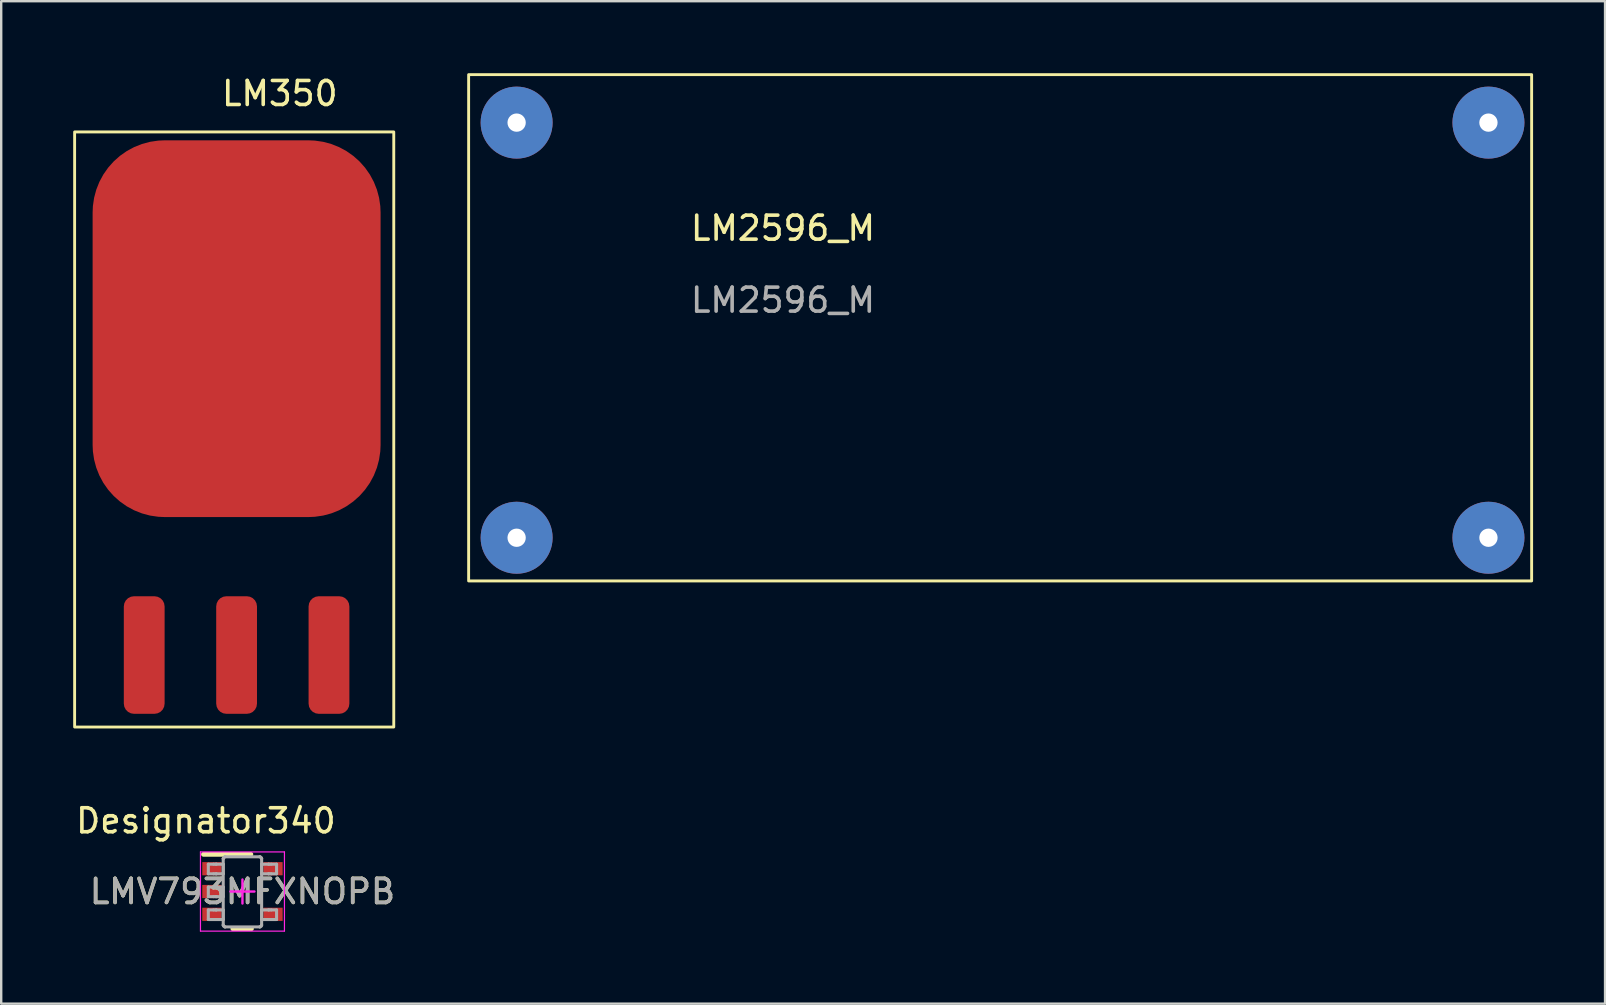
<source format=kicad_pcb>
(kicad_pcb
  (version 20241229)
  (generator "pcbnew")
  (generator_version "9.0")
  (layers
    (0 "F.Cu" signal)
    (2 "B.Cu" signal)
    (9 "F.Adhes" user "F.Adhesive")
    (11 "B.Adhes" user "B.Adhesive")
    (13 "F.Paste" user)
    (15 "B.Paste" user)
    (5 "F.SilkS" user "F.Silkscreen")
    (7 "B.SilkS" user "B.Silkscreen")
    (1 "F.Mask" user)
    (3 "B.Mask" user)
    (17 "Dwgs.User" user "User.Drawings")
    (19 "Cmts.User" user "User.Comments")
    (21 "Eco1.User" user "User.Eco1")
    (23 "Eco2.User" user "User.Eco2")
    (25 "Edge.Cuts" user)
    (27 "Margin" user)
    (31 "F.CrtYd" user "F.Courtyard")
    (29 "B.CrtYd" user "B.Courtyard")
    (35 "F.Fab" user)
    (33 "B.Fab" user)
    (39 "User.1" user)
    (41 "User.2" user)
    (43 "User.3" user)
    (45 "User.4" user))
  (footprint "LM350"
    (layer "F.Cu")
    (at 6.81 10.648)
    (property "Reference" "LM350" (at 1.8 -9.8 0) (unlocked yes) (layer "F.SilkS") (effects (font (size 1 1) (thickness 0.15))))
    (attr smd)
    (fp_rect (start -6.75 -8.2) (end 6.55 16.6) (stroke (width 0.12) (type solid)) (fill no) (layer "F.SilkS"))
    (pad "1" smd roundrect (at -3.85 13.6) (size 1.7 4.9) (layers "F.Cu" "F.Mask" "F.Paste") (roundrect_rratio 0.25))
    (pad "2" smd roundrect (at 0 0) (size 12 15.7) (layers "F.Cu" "F.Mask" "F.Paste") (roundrect_rratio 0.25))
    (pad "2" smd roundrect (at 0 13.6) (size 1.7 4.9) (layers "F.Cu" "F.Mask" "F.Paste") (roundrect_rratio 0.25))
    (pad "3" smd roundrect (at 3.85 13.6) (size 1.7 4.9) (layers "F.Cu" "F.Mask" "F.Paste") (roundrect_rratio 0.25)))
  (footprint "LMV793MFXNOPB"
    (layer "F.Cu")
    (at 7.054 34.103)
    (property "Reference" "LMV793MFXNOPB" (at 0 0 0) (unlocked yes) (layer "F.SilkS") (effects (font (size 1 1) (thickness 0.15))))
    (attr smd)
    (fp_line (start -1.625 -1.55) (end 0.35 -1.55) (stroke (width 0.2) (type solid)) (layer "F.SilkS"))
    (fp_line (start -0.4 1.55) (end 0.375 1.55) (stroke (width 0.2) (type solid)) (layer "F.SilkS"))
    (fp_line (start -1.75 -1.65) (end 1.75 -1.65) (stroke (width 0.05) (type solid)) (layer "F.CrtYd"))
    (fp_line (start -1.75 1.65) (end -1.75 -1.65) (stroke (width 0.05) (type solid)) (layer "F.CrtYd"))
    (fp_line (start -1.75 1.65) (end 1.75 1.65) (stroke (width 0.05) (type solid)) (layer "F.CrtYd"))
    (fp_line (start -0.5 0) (end 0.5 0) (stroke (width 0.1) (type solid)) (layer "F.CrtYd"))
    (fp_line (start 0 0.5) (end 0 -0.5) (stroke (width 0.1) (type solid)) (layer "F.CrtYd"))
    (fp_line (start 1.75 1.65) (end 1.75 -1.65) (stroke (width 0.05) (type solid)) (layer "F.CrtYd"))
    (fp_line (start -1.423 -1.138) (end -1.199 -1.138) (stroke (width 0.127) (type solid)) (layer "F.Fab"))
    (fp_line (start -1.423 -0.738) (end -1.423 -1.138) (stroke (width 0.127) (type solid)) (layer "F.Fab"))
    (fp_line (start -1.423 -0.738) (end -1.199 -0.738) (stroke (width 0.127) (type solid)) (layer "F.Fab"))
    (fp_line (start -1.423 -0.186) (end -1.199 -0.186) (stroke (width 0.127) (type solid)) (layer "F.Fab"))
    (fp_line (start -1.423 0.215) (end -1.423 -0.186) (stroke (width 0.127) (type solid)) (layer "F.Fab"))
    (fp_line (start -1.423 0.215) (end -1.199 0.215) (stroke (width 0.127) (type solid)) (layer "F.Fab"))
    (fp_line (start -1.423 0.767) (end -1.199 0.767) (stroke (width 0.127) (type solid)) (layer "F.Fab"))
    (fp_line (start -1.423 1.167) (end -1.423 0.767) (stroke (width 0.127) (type solid)) (layer "F.Fab"))
    (fp_line (start -1.423 1.167) (end -1.199 1.167) (stroke (width 0.127) (type solid)) (layer "F.Fab"))
    (fp_line (start -1.199 -1.138) (end -1.105 -1.138) (stroke (width 0.127) (type solid)) (layer "F.Fab"))
    (fp_line (start -1.199 -0.738) (end -1.105 -0.738) (stroke (width 0.127) (type solid)) (layer "F.Fab"))
    (fp_line (start -1.199 -0.186) (end -1.105 -0.186) (stroke (width 0.127) (type solid)) (layer "F.Fab"))
    (fp_line (start -1.199 0.215) (end -1.105 0.215) (stroke (width 0.127) (type solid)) (layer "F.Fab"))
    (fp_line (start -1.199 0.767) (end -1.105 0.767) (stroke (width 0.127) (type solid)) (layer "F.Fab"))
    (fp_line (start -1.199 1.167) (end -1.105 1.167) (stroke (width 0.127) (type solid)) (layer "F.Fab"))
    (fp_line (start -1.105 -1.138) (end -1.088 -1.138) (stroke (width 0.127) (type solid)) (layer "F.Fab"))
    (fp_line (start -1.105 -0.738) (end -1.088 -0.738) (stroke (width 0.127) (type solid)) (layer "F.Fab"))
    (fp_line (start -1.105 -0.186) (end -1.088 -0.186) (stroke (width 0.127) (type solid)) (layer "F.Fab"))
    (fp_line (start -1.105 0.215) (end -1.088 0.215) (stroke (width 0.127) (type solid)) (layer "F.Fab"))
    (fp_line (start -1.105 0.767) (end -1.088 0.767) (stroke (width 0.127) (type solid)) (layer "F.Fab"))
    (fp_line (start -1.105 1.167) (end -1.088 1.167) (stroke (width 0.127) (type solid)) (layer "F.Fab"))
    (fp_line (start -1.088 -1.138) (end -0.835 -1.138) (stroke (width 0.127) (type solid)) (layer "F.Fab"))
    (fp_line (start -1.088 -0.738) (end -0.835 -0.738) (stroke (width 0.127) (type solid)) (layer "F.Fab"))
    (fp_line (start -1.088 -0.186) (end -0.835 -0.186) (stroke (width 0.127) (type solid)) (layer "F.Fab"))
    (fp_line (start -1.088 0.215) (end -0.835 0.215) (stroke (width 0.127) (type solid)) (layer "F.Fab"))
    (fp_line (start -1.088 0.767) (end -0.835 0.767) (stroke (width 0.127) (type solid)) (layer "F.Fab"))
    (fp_line (start -1.088 1.167) (end -0.835 1.167) (stroke (width 0.127) (type solid)) (layer "F.Fab"))
    (fp_line (start -0.835 -1.138) (end -0.801 -1.138) (stroke (width 0.127) (type solid)) (layer "F.Fab"))
    (fp_line (start -0.835 -0.738) (end -0.801 -0.738) (stroke (width 0.127) (type solid)) (layer "F.Fab"))
    (fp_line (start -0.835 -0.186) (end -0.801 -0.186) (stroke (width 0.127) (type solid)) (layer "F.Fab"))
    (fp_line (start -0.835 0.215) (end -0.801 0.215) (stroke (width 0.127) (type solid)) (layer "F.Fab"))
    (fp_line (start -0.835 0.767) (end -0.801 0.767) (stroke (width 0.127) (type solid)) (layer "F.Fab"))
    (fp_line (start -0.835 1.167) (end -0.801 1.167) (stroke (width 0.127) (type solid)) (layer "F.Fab"))
    (fp_line (start -0.801 -1.37) (end -0.801 -1.371) (stroke (width 0.127) (type solid)) (layer "F.Fab"))
    (fp_line (start -0.801 -0.738) (end -0.801 -1.138) (stroke (width 0.127) (type solid)) (layer "F.Fab"))
    (fp_line (start -0.801 0.215) (end -0.801 -0.186) (stroke (width 0.127) (type solid)) (layer "F.Fab"))
    (fp_line (start -0.801 1.167) (end -0.801 0.767) (stroke (width 0.127) (type solid)) (layer "F.Fab"))
    (fp_line (start -0.801 1.399) (end -0.801 -1.37) (stroke (width 0.127) (type solid)) (layer "F.Fab"))
    (fp_line (start -0.801 1.4) (end -0.801 1.399) (stroke (width 0.127) (type solid)) (layer "F.Fab"))
    (fp_line (start -0.725 -1.446) (end -0.725 -1.446) (stroke (width 0.127) (type solid)) (layer "F.Fab"))
    (fp_line (start -0.725 1.475) (end -0.725 1.475) (stroke (width 0.127) (type solid)) (layer "F.Fab"))
    (fp_line (start -0.725 -1.446) (end 0.723 -1.446) (stroke (width 0.127) (type solid)) (layer "F.Fab"))
    (fp_line (start -0.725 1.475) (end 0.723 1.475) (stroke (width 0.127) (type solid)) (layer "F.Fab"))
    (fp_line (start 0.723 -1.446) (end 0.724 -1.446) (stroke (width 0.127) (type solid)) (layer "F.Fab"))
    (fp_line (start 0.723 1.475) (end 0.724 1.475) (stroke (width 0.127) (type solid)) (layer "F.Fab"))
    (fp_line (start 0.799 -1.37) (end 0.799 -1.371) (stroke (width 0.127) (type solid)) (layer "F.Fab"))
    (fp_line (start 0.799 -1.138) (end 0.834 -1.138) (stroke (width 0.127) (type solid)) (layer "F.Fab"))
    (fp_line (start 0.799 -0.738) (end 0.799 -1.138) (stroke (width 0.127) (type solid)) (layer "F.Fab"))
    (fp_line (start 0.799 -0.738) (end 0.834 -0.738) (stroke (width 0.127) (type solid)) (layer "F.Fab"))
    (fp_line (start 0.799 0.767) (end 0.834 0.767) (stroke (width 0.127) (type solid)) (layer "F.Fab"))
    (fp_line (start 0.799 1.167) (end 0.799 0.767) (stroke (width 0.127) (type solid)) (layer "F.Fab"))
    (fp_line (start 0.799 1.167) (end 0.834 1.167) (stroke (width 0.127) (type solid)) (layer "F.Fab"))
    (fp_line (start 0.799 1.399) (end 0.799 -1.37) (stroke (width 0.127) (type solid)) (layer "F.Fab"))
    (fp_line (start 0.799 1.4) (end 0.799 1.399) (stroke (width 0.127) (type solid)) (layer "F.Fab"))
    (fp_line (start 0.834 -1.138) (end 1.087 -1.138) (stroke (width 0.127) (type solid)) (layer "F.Fab"))
    (fp_line (start 0.834 -0.738) (end 1.087 -0.738) (stroke (width 0.127) (type solid)) (layer "F.Fab"))
    (fp_line (start 0.834 0.767) (end 1.087 0.767) (stroke (width 0.127) (type solid)) (layer "F.Fab"))
    (fp_line (start 0.834 1.167) (end 1.087 1.167) (stroke (width 0.127) (type solid)) (layer "F.Fab"))
    (fp_line (start 1.087 -1.138) (end 1.103 -1.138) (stroke (width 0.127) (type solid)) (layer "F.Fab"))
    (fp_line (start 1.087 -0.738) (end 1.103 -0.738) (stroke (width 0.127) (type solid)) (layer "F.Fab"))
    (fp_line (start 1.087 0.767) (end 1.103 0.767) (stroke (width 0.127) (type solid)) (layer "F.Fab"))
    (fp_line (start 1.087 1.167) (end 1.103 1.167) (stroke (width 0.127) (type solid)) (layer "F.Fab"))
    (fp_line (start 1.103 -1.138) (end 1.198 -1.138) (stroke (width 0.127) (type solid)) (layer "F.Fab"))
    (fp_line (start 1.103 -0.738) (end 1.198 -0.738) (stroke (width 0.127) (type solid)) (layer "F.Fab"))
    (fp_line (start 1.103 0.767) (end 1.198 0.767) (stroke (width 0.127) (type solid)) (layer "F.Fab"))
    (fp_line (start 1.103 1.167) (end 1.198 1.167) (stroke (width 0.127) (type solid)) (layer "F.Fab"))
    (fp_line (start 1.198 -1.138) (end 1.422 -1.138) (stroke (width 0.127) (type solid)) (layer "F.Fab"))
    (fp_line (start 1.198 -0.738) (end 1.422 -0.738) (stroke (width 0.127) (type solid)) (layer "F.Fab"))
    (fp_line (start 1.198 0.767) (end 1.422 0.767) (stroke (width 0.127) (type solid)) (layer "F.Fab"))
    (fp_line (start 1.198 1.167) (end 1.422 1.167) (stroke (width 0.127) (type solid)) (layer "F.Fab"))
    (fp_line (start 1.422 -0.738) (end 1.422 -1.138) (stroke (width 0.127) (type solid)) (layer "F.Fab"))
    (fp_line (start 1.422 1.167) (end 1.422 0.767) (stroke (width 0.127) (type solid)) (layer "F.Fab"))
    (fp_arc (start -0.80074 -1.37084) (mid -0.778218 -1.423887) (end -0.724999 -1.445998) (stroke (width 0.127) (type solid)) (layer "F.Fab"))
    (fp_arc (start -0.724999 1.475) (mid -0.778213 1.452901) (end -0.80074 1.399867) (stroke (width 0.127) (type solid)) (layer "F.Fab"))
    (fp_arc (start 0.723714 -1.445998) (mid 0.776933 -1.423887) (end 0.799455 -1.37084) (stroke (width 0.127) (type solid)) (layer "F.Fab"))
    (fp_arc (start 0.799455 1.399868) (mid 0.776927 1.452901) (end 0.723713 1.475) (stroke (width 0.127) (type solid)) (layer "F.Fab"))
    (fp_text user "Designator340" (at -1.524 -2.946 0) (unlocked yes) (layer "F.SilkS") (effects (font (size 1 1) (thickness 0.15))))
    (fp_text user "${REFERENCE}" (at 0 0 0) (unlocked yes) (layer "F.Fab") (effects (font (size 1 1) (thickness 0.15))))
    (pad "1" smd rect (at -1.275 -0.95 90) (size 0.55 0.8) (layers "F.Cu" "F.Mask" "F.Paste"))
    (pad "2" smd rect (at -1.275 0 90) (size 0.55 0.8) (layers "F.Cu" "F.Mask" "F.Paste"))
    (pad "3" smd rect (at -1.275 0.95 90) (size 0.55 0.8) (layers "F.Cu" "F.Mask" "F.Paste"))
    (pad "4" smd rect (at 1.275 0.95 90) (size 0.55 0.8) (layers "F.Cu" "F.Mask" "F.Paste"))
    (pad "5" smd rect (at 1.275 -0.95 90) (size 0.55 0.8) (layers "F.Cu" "F.Mask" "F.Paste")))
  (footprint "LM2596_M"
    (layer "F.Cu")
    (at 18.48 2.06)
    (property "Reference" "LM2596_M" (at 11.1 4.4 0) (unlocked yes) (layer "F.SilkS") (effects (font (size 1 1) (thickness 0.15))))
    (attr through_hole)
    (fp_rect (start -2 -2) (end 42.3 19.1) (stroke (width 0.12) (type solid)) (fill no) (layer "F.SilkS"))
    (fp_text user "${REFERENCE}" (at 11.1 7.4 0) (unlocked yes) (layer "F.Fab") (effects (font (size 1 1) (thickness 0.15))))
    (pad "1" thru_hole circle (at 0 0) (size 3 3) (drill 0.762) (layers "*.Cu" "*.Mask"))
    (pad "2" thru_hole circle (at 0 17.3) (size 3 3) (drill 0.762) (layers "*.Cu" "*.Mask"))
    (pad "3" thru_hole circle (at 40.5 0) (size 3 3) (drill 0.762) (layers "*.Cu" "*.Mask"))
    (pad "4" thru_hole circle (at 40.5 17.3) (size 3 3) (drill 0.762) (layers "*.Cu" "*.Mask")))
  (gr_rect
    (start -3 -3)
    (end 63.84 38.778)
    (stroke (width 0.1) (type default))
    (fill no)
    (layer "Edge.Cuts")))
</source>
